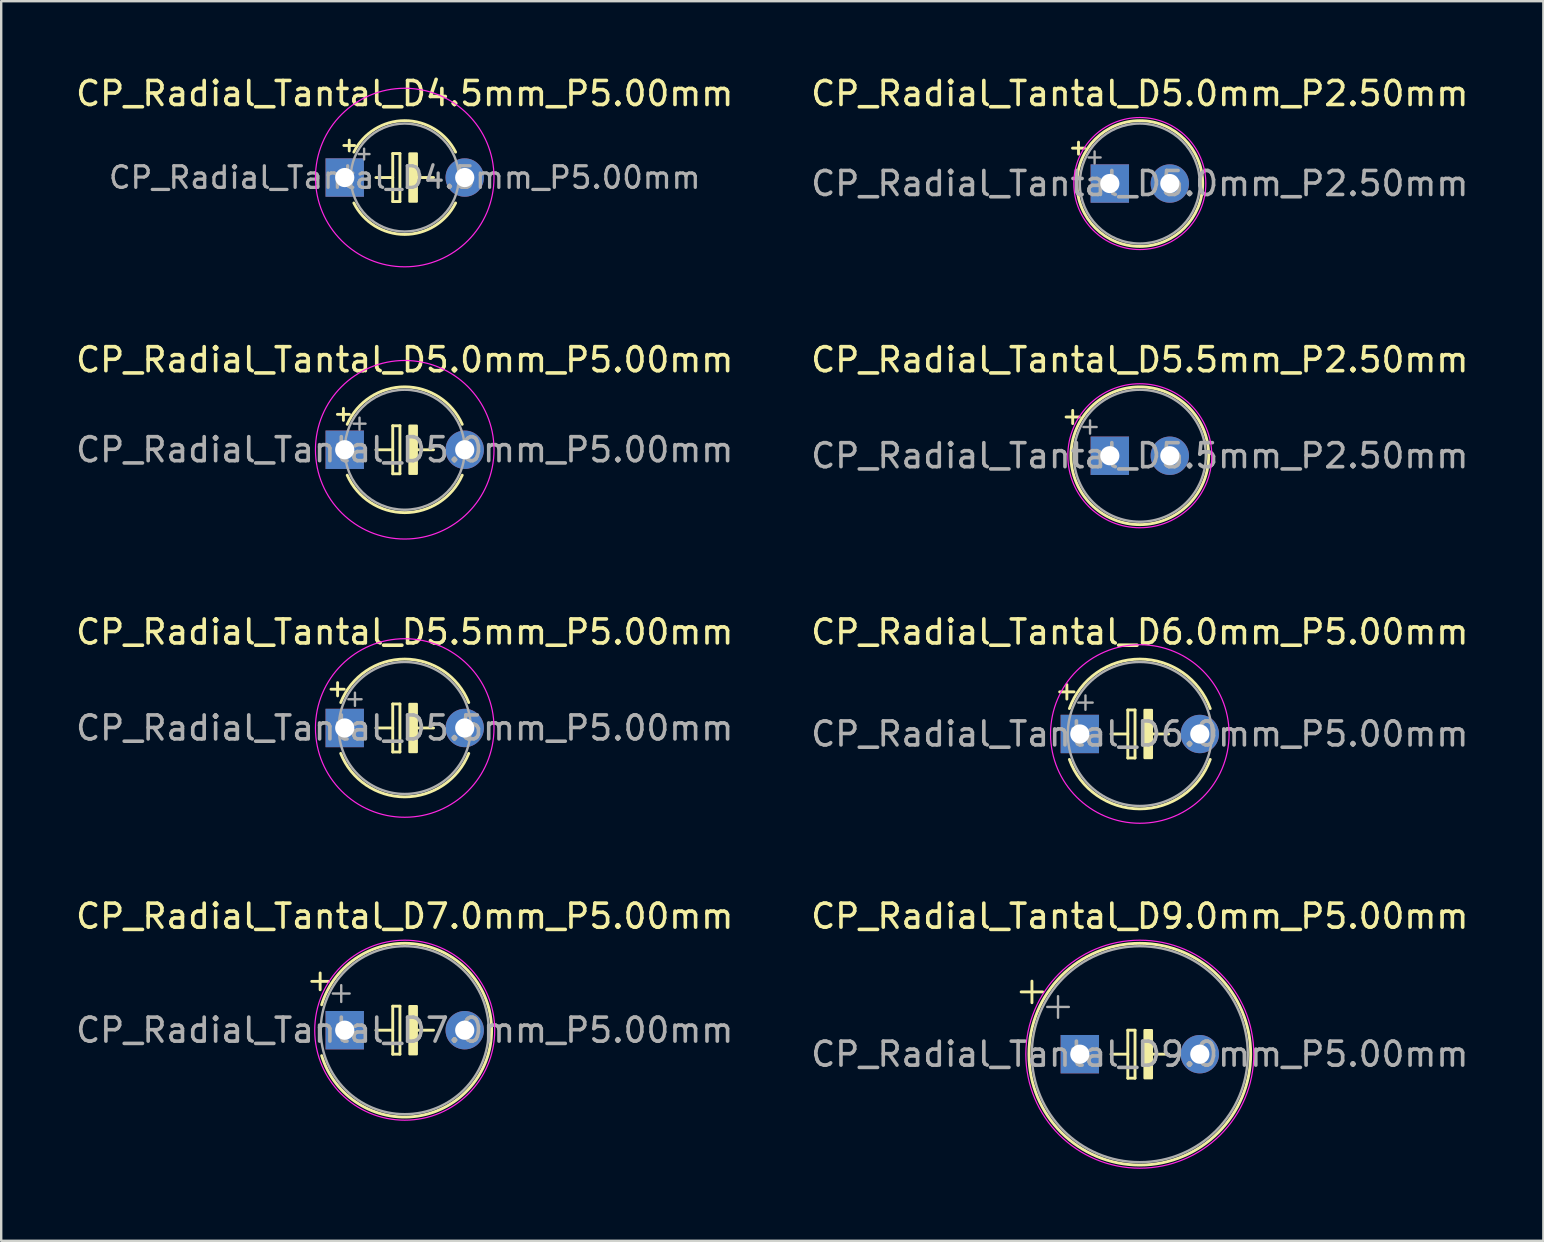
<source format=kicad_pcb>
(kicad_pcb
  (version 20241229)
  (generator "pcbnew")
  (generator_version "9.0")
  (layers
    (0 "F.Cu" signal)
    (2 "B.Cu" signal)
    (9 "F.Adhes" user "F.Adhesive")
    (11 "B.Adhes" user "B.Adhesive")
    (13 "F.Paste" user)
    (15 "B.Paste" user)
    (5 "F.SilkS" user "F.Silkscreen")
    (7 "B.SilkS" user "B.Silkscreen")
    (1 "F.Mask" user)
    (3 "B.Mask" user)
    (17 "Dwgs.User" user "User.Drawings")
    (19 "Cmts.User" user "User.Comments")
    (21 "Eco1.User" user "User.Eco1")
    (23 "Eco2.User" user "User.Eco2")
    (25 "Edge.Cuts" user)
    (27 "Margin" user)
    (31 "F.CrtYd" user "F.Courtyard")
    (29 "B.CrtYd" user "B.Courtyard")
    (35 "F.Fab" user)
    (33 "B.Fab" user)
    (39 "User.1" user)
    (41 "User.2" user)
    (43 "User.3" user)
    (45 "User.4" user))
  (footprint "CP_Radial_Tantal_D5.5mm_P2.50mm"
    (layer "F.Cu")
    (at 43.196 15.941)
    (property "Reference" "CP_Radial_Tantal_D5.5mm_P2.50mm" (at 1.25 -4 0) (layer "F.SilkS") (effects (font (size 1 1) (thickness 0.15))))
    (attr through_hole)
    (fp_line (start -1.822 -1.615) (end -1.272 -1.615) (stroke (width 0.12) (type solid)) (layer "F.SilkS"))
    (fp_line (start -1.547 -1.89) (end -1.547 -1.34) (stroke (width 0.12) (type solid)) (layer "F.SilkS"))
    (fp_circle (center 1.25 0) (end 4.12 0) (stroke (width 0.12) (type solid)) (fill no) (layer "F.SilkS"))
    (fp_circle (center 1.25 0) (end 4.25 0) (stroke (width 0.05) (type solid)) (fill no) (layer "F.CrtYd"))
    (fp_line (start -1.099 -1.198) (end -0.549 -1.198) (stroke (width 0.1) (type solid)) (layer "F.Fab"))
    (fp_line (start -0.824 -1.472) (end -0.824 -0.922) (stroke (width 0.1) (type solid)) (layer "F.Fab"))
    (fp_circle (center 1.25 0) (end 4 0) (stroke (width 0.1) (type solid)) (fill no) (layer "F.Fab"))
    (fp_text user "${REFERENCE}" (at 1.25 0 0) (layer "F.Fab") (effects (font (size 1 1) (thickness 0.15))))
    (pad "1" thru_hole rect (at 0 0) (size 1.6 1.6) (drill 0.8) (layers "*.Cu" "*.Mask"))
    (pad "2" thru_hole circle (at 2.5 0) (size 1.6 1.6) (drill 0.8) (layers "*.Cu" "*.Mask")))
  (footprint "CP_Radial_Tantal_D5.5mm_P5.00mm"
    (layer "F.Cu")
    (at 11.315 27.285)
    (property "Reference" "CP_Radial_Tantal_D5.5mm_P5.00mm" (at 2.5 -4 0) (layer "F.SilkS") (effects (font (size 1 1) (thickness 0.15))))
    (attr through_hole)
    (fp_line (start -0.572 -1.615) (end -0.022 -1.615) (stroke (width 0.12) (type solid)) (layer "F.SilkS"))
    (fp_line (start -0.297 -1.89) (end -0.297 -1.34) (stroke (width 0.12) (type solid)) (layer "F.SilkS"))
    (fp_line (start 1.3 0) (end 2 0) (stroke (width 0.12) (type solid)) (layer "F.SilkS"))
    (fp_line (start 2 -1) (end 2.3 -1) (stroke (width 0.12) (type solid)) (layer "F.SilkS"))
    (fp_line (start 2 1) (end 2 -1) (stroke (width 0.12) (type solid)) (layer "F.SilkS"))
    (fp_line (start 2.3 -1) (end 2.3 1) (stroke (width 0.12) (type solid)) (layer "F.SilkS"))
    (fp_line (start 2.3 1) (end 2 1) (stroke (width 0.12) (type solid)) (layer "F.SilkS"))
    (fp_line (start 3.7 0) (end 3 0) (stroke (width 0.12) (type solid)) (layer "F.SilkS"))
    (fp_arc (start -0.167077 -1.06) (mid 2.5 -2.87) (end 5.167077 -1.06) (stroke (width 0.12) (type solid)) (layer "F.SilkS"))
    (fp_arc (start 5.167077 1.06) (mid 2.5 2.87) (end -0.167077 1.06) (stroke (width 0.12) (type solid)) (layer "F.SilkS"))
    (fp_poly (pts (xy 3 1) (xy 2.7 1) (xy 2.7 -1) (xy 3 -1)) (stroke (width 0.1) (type solid)) (fill yes) (layer "F.SilkS"))
    (fp_circle (center 2.5 0) (end 6.22 0) (stroke (width 0.05) (type solid)) (fill no) (layer "F.CrtYd"))
    (fp_line (start 0.151 -1.198) (end 0.701 -1.198) (stroke (width 0.1) (type solid)) (layer "F.Fab"))
    (fp_line (start 0.426 -1.472) (end 0.426 -0.922) (stroke (width 0.1) (type solid)) (layer "F.Fab"))
    (fp_circle (center 2.5 0) (end 5.25 0) (stroke (width 0.1) (type solid)) (fill no) (layer "F.Fab"))
    (fp_text user "${REFERENCE}" (at 2.5 0 0) (layer "F.Fab") (effects (font (size 1 1) (thickness 0.15))))
    (pad "1" thru_hole rect (at 0 0) (size 1.6 1.6) (drill 0.8) (layers "*.Cu" "*.Mask"))
    (pad "2" thru_hole circle (at 5 0) (size 1.6 1.6) (drill 0.8) (layers "*.Cu" "*.Mask")))
  (footprint "CP_Radial_Tantal_D9.0mm_P5.00mm"
    (layer "F.Cu")
    (at 41.946 40.878)
    (property "Reference" "CP_Radial_Tantal_D9.0mm_P5.00mm" (at 2.5 -5.75 0) (layer "F.SilkS") (effects (font (size 1 1) (thickness 0.15))))
    (attr through_hole)
    (fp_line (start -2.445 -2.595) (end -1.545 -2.595) (stroke (width 0.12) (type solid)) (layer "F.SilkS"))
    (fp_line (start -1.995 -3.045) (end -1.995 -2.145) (stroke (width 0.12) (type solid)) (layer "F.SilkS"))
    (fp_line (start 1.3 0) (end 2 0) (stroke (width 0.12) (type solid)) (layer "F.SilkS"))
    (fp_line (start 2 -1) (end 2.3 -1) (stroke (width 0.12) (type solid)) (layer "F.SilkS"))
    (fp_line (start 2 1) (end 2 -1) (stroke (width 0.12) (type solid)) (layer "F.SilkS"))
    (fp_line (start 2.3 -1) (end 2.3 1) (stroke (width 0.12) (type solid)) (layer "F.SilkS"))
    (fp_line (start 2.3 1) (end 2 1) (stroke (width 0.12) (type solid)) (layer "F.SilkS"))
    (fp_line (start 3.7 0) (end 3 0) (stroke (width 0.12) (type solid)) (layer "F.SilkS"))
    (fp_circle (center 2.5 0) (end 7.12 0) (stroke (width 0.12) (type solid)) (fill no) (layer "F.SilkS"))
    (fp_poly (pts (xy 3 1) (xy 2.7 1) (xy 2.7 -1) (xy 3 -1)) (stroke (width 0.1) (type solid)) (fill yes) (layer "F.SilkS"))
    (fp_circle (center 2.5 0) (end 7.25 0) (stroke (width 0.05) (type solid)) (fill no) (layer "F.CrtYd"))
    (fp_line (start -1.358 -1.968) (end -0.458 -1.968) (stroke (width 0.1) (type solid)) (layer "F.Fab"))
    (fp_line (start -0.908 -2.417) (end -0.908 -1.518) (stroke (width 0.1) (type solid)) (layer "F.Fab"))
    (fp_circle (center 2.5 0) (end 7 0) (stroke (width 0.1) (type solid)) (fill no) (layer "F.Fab"))
    (fp_text user "${REFERENCE}" (at 2.5 0 0) (layer "F.Fab") (effects (font (size 1 1) (thickness 0.15))))
    (pad "1" thru_hole rect (at 0 0) (size 1.6 1.6) (drill 0.8) (layers "*.Cu" "*.Mask"))
    (pad "2" thru_hole circle (at 5 0) (size 1.6 1.6) (drill 0.8) (layers "*.Cu" "*.Mask")))
  (footprint "CP_Radial_Tantal_D6.0mm_P5.00mm"
    (layer "F.Cu")
    (at 41.946 27.535)
    (property "Reference" "CP_Radial_Tantal_D6.0mm_P5.00mm" (at 2.5 -4.25 0) (layer "F.SilkS") (effects (font (size 1 1) (thickness 0.15))))
    (attr through_hole)
    (fp_line (start -0.84 -1.755) (end -0.24 -1.755) (stroke (width 0.12) (type solid)) (layer "F.SilkS"))
    (fp_line (start -0.54 -2.055) (end -0.54 -1.455) (stroke (width 0.12) (type solid)) (layer "F.SilkS"))
    (fp_line (start 1.3 0) (end 2 0) (stroke (width 0.12) (type solid)) (layer "F.SilkS"))
    (fp_line (start 2 -1) (end 2.3 -1) (stroke (width 0.12) (type solid)) (layer "F.SilkS"))
    (fp_line (start 2 1) (end 2 -1) (stroke (width 0.12) (type solid)) (layer "F.SilkS"))
    (fp_line (start 2.3 -1) (end 2.3 1) (stroke (width 0.12) (type solid)) (layer "F.SilkS"))
    (fp_line (start 2.3 1) (end 2 1) (stroke (width 0.12) (type solid)) (layer "F.SilkS"))
    (fp_line (start 3.7 0) (end 3 0) (stroke (width 0.12) (type solid)) (layer "F.SilkS"))
    (fp_arc (start -0.434416 -1.06) (mid 2.5 -3.12) (end 5.434416 -1.06) (stroke (width 0.12) (type solid)) (layer "F.SilkS"))
    (fp_arc (start 5.434416 1.06) (mid 2.5 3.12) (end -0.434416 1.06) (stroke (width 0.12) (type solid)) (layer "F.SilkS"))
    (fp_poly (pts (xy 3 1) (xy 2.7 1) (xy 2.7 -1) (xy 3 -1)) (stroke (width 0.1) (type solid)) (fill yes) (layer "F.SilkS"))
    (fp_circle (center 2.5 0) (end 6.22 0) (stroke (width 0.05) (type solid)) (fill no) (layer "F.CrtYd"))
    (fp_line (start -0.065 -1.308) (end 0.535 -1.308) (stroke (width 0.1) (type solid)) (layer "F.Fab"))
    (fp_line (start 0.235 -1.607) (end 0.235 -1.008) (stroke (width 0.1) (type solid)) (layer "F.Fab"))
    (fp_circle (center 2.5 0) (end 5.5 0) (stroke (width 0.1) (type solid)) (fill no) (layer "F.Fab"))
    (fp_text user "${REFERENCE}" (at 2.5 0 0) (layer "F.Fab") (effects (font (size 1 1) (thickness 0.15))))
    (pad "1" thru_hole rect (at 0 0) (size 1.6 1.6) (drill 0.8) (layers "*.Cu" "*.Mask"))
    (pad "2" thru_hole circle (at 5 0) (size 1.6 1.6) (drill 0.8) (layers "*.Cu" "*.Mask")))
  (footprint "CP_Radial_Tantal_D5.0mm_P5.00mm"
    (layer "F.Cu")
    (at 11.315 15.691)
    (property "Reference" "CP_Radial_Tantal_D5.0mm_P5.00mm" (at 2.5 -3.75 0) (layer "F.SilkS") (effects (font (size 1 1) (thickness 0.15))))
    (attr through_hole)
    (fp_line (start -0.305 -1.475) (end 0.195 -1.475) (stroke (width 0.12) (type solid)) (layer "F.SilkS"))
    (fp_line (start -0.055 -1.725) (end -0.055 -1.225) (stroke (width 0.12) (type solid)) (layer "F.SilkS"))
    (fp_line (start 1.3 0) (end 2 0) (stroke (width 0.12) (type solid)) (layer "F.SilkS"))
    (fp_line (start 2 -1) (end 2.3 -1) (stroke (width 0.12) (type solid)) (layer "F.SilkS"))
    (fp_line (start 2 1) (end 2 -1) (stroke (width 0.12) (type solid)) (layer "F.SilkS"))
    (fp_line (start 2.3 -1) (end 2.3 1) (stroke (width 0.12) (type solid)) (layer "F.SilkS"))
    (fp_line (start 2.3 1) (end 2 1) (stroke (width 0.12) (type solid)) (layer "F.SilkS"))
    (fp_line (start 3.7 0) (end 3 0) (stroke (width 0.12) (type solid)) (layer "F.SilkS"))
    (fp_arc (start 0.104003 -1.06) (mid 2.5 -2.62) (end 4.895997 -1.06) (stroke (width 0.12) (type solid)) (layer "F.SilkS"))
    (fp_arc (start 4.895997 1.06) (mid 2.5 2.62) (end 0.104003 1.06) (stroke (width 0.12) (type solid)) (layer "F.SilkS"))
    (fp_poly (pts (xy 3 1) (xy 2.7 1) (xy 2.7 -1) (xy 3 -1)) (stroke (width 0.1) (type solid)) (fill yes) (layer "F.SilkS"))
    (fp_circle (center 2.5 0) (end 6.22 0) (stroke (width 0.05) (type solid)) (fill no) (layer "F.CrtYd"))
    (fp_line (start 0.366 -1.087) (end 0.866 -1.087) (stroke (width 0.1) (type solid)) (layer "F.Fab"))
    (fp_line (start 0.616 -1.337) (end 0.616 -0.838) (stroke (width 0.1) (type solid)) (layer "F.Fab"))
    (fp_circle (center 2.5 0) (end 5 0) (stroke (width 0.1) (type solid)) (fill no) (layer "F.Fab"))
    (fp_text user "${REFERENCE}" (at 2.5 0 0) (layer "F.Fab") (effects (font (size 1 1) (thickness 0.15))))
    (pad "1" thru_hole rect (at 0 0) (size 1.6 1.6) (drill 0.8) (layers "*.Cu" "*.Mask"))
    (pad "2" thru_hole circle (at 5 0) (size 1.6 1.6) (drill 0.8) (layers "*.Cu" "*.Mask")))
  (footprint "CP_Radial_Tantal_D4.5mm_P5.00mm"
    (layer "F.Cu")
    (at 11.315 4.348)
    (property "Reference" "CP_Radial_Tantal_D4.5mm_P5.00mm" (at 2.5 -3.5 0) (layer "F.SilkS") (effects (font (size 1 1) (thickness 0.15))))
    (attr through_hole)
    (fp_line (start -0.037 -1.335) (end 0.413 -1.335) (stroke (width 0.12) (type solid)) (layer "F.SilkS"))
    (fp_line (start 0.188 -1.56) (end 0.188 -1.11) (stroke (width 0.12) (type solid)) (layer "F.SilkS"))
    (fp_line (start 1.3 0) (end 2 0) (stroke (width 0.12) (type solid)) (layer "F.SilkS"))
    (fp_line (start 2 -1) (end 2.3 -1) (stroke (width 0.12) (type solid)) (layer "F.SilkS"))
    (fp_line (start 2 1) (end 2 -1) (stroke (width 0.12) (type solid)) (layer "F.SilkS"))
    (fp_line (start 2.3 -1) (end 2.3 1) (stroke (width 0.12) (type solid)) (layer "F.SilkS"))
    (fp_line (start 2.3 1) (end 2 1) (stroke (width 0.12) (type solid)) (layer "F.SilkS"))
    (fp_line (start 3.7 0) (end 3 0) (stroke (width 0.12) (type solid)) (layer "F.SilkS"))
    (fp_arc (start 0.380259 -1.06) (mid 2.5 -2.37) (end 4.619741 -1.06) (stroke (width 0.12) (type solid)) (layer "F.SilkS"))
    (fp_arc (start 4.619741 1.06) (mid 2.5 2.37) (end 0.380259 1.06) (stroke (width 0.12) (type solid)) (layer "F.SilkS"))
    (fp_poly (pts (xy 3 1) (xy 2.7 1) (xy 2.7 -1) (xy 3 -1)) (stroke (width 0.1) (type solid)) (fill yes) (layer "F.SilkS"))
    (fp_circle (center 2.5 0) (end 6.22 0) (stroke (width 0.05) (type solid)) (fill no) (layer "F.CrtYd"))
    (fp_line (start 0.582 -0.978) (end 1.032 -0.978) (stroke (width 0.1) (type solid)) (layer "F.Fab"))
    (fp_line (start 0.807 -1.202) (end 0.807 -0.752) (stroke (width 0.1) (type solid)) (layer "F.Fab"))
    (fp_circle (center 2.5 0) (end 4.75 0) (stroke (width 0.1) (type solid)) (fill no) (layer "F.Fab"))
    (fp_text user "${REFERENCE}" (at 2.5 0 0) (layer "F.Fab") (effects (font (size 0.9 0.9) (thickness 0.135))))
    (pad "1" thru_hole rect (at 0 0) (size 1.6 1.6) (drill 0.8) (layers "*.Cu" "*.Mask"))
    (pad "2" thru_hole circle (at 5 0) (size 1.6 1.6) (drill 0.8) (layers "*.Cu" "*.Mask")))
  (footprint "CP_Radial_Tantal_D7.0mm_P5.00mm"
    (layer "F.Cu")
    (at 11.315 39.878)
    (property "Reference" "CP_Radial_Tantal_D7.0mm_P5.00mm" (at 2.5 -4.75 0) (layer "F.SilkS") (effects (font (size 1 1) (thickness 0.15))))
    (attr through_hole)
    (fp_line (start -1.375 -2.035) (end -0.675 -2.035) (stroke (width 0.12) (type solid)) (layer "F.SilkS"))
    (fp_line (start -1.025 -2.385) (end -1.025 -1.685) (stroke (width 0.12) (type solid)) (layer "F.SilkS"))
    (fp_line (start 1.3 0) (end 2 0) (stroke (width 0.12) (type solid)) (layer "F.SilkS"))
    (fp_line (start 2 -1) (end 2.3 -1) (stroke (width 0.12) (type solid)) (layer "F.SilkS"))
    (fp_line (start 2 1) (end 2 -1) (stroke (width 0.12) (type solid)) (layer "F.SilkS"))
    (fp_line (start 2.3 -1) (end 2.3 1) (stroke (width 0.12) (type solid)) (layer "F.SilkS"))
    (fp_line (start 2.3 1) (end 2 1) (stroke (width 0.12) (type solid)) (layer "F.SilkS"))
    (fp_line (start 3.7 0) (end 3 0) (stroke (width 0.12) (type solid)) (layer "F.SilkS"))
    (fp_arc (start -0.961329 -1.06) (mid 6.12 0) (end -0.961329 1.06) (stroke (width 0.12) (type solid)) (layer "F.SilkS"))
    (fp_poly (pts (xy 3 1) (xy 2.7 1) (xy 2.7 -1) (xy 3 -1)) (stroke (width 0.1) (type solid)) (fill yes) (layer "F.SilkS"))
    (fp_circle (center 2.5 0) (end 6.25 0) (stroke (width 0.05) (type solid)) (fill no) (layer "F.CrtYd"))
    (fp_line (start -0.496 -1.528) (end 0.204 -1.528) (stroke (width 0.1) (type solid)) (layer "F.Fab"))
    (fp_line (start -0.146 -1.877) (end -0.146 -1.177) (stroke (width 0.1) (type solid)) (layer "F.Fab"))
    (fp_circle (center 2.5 0) (end 6 0) (stroke (width 0.1) (type solid)) (fill no) (layer "F.Fab"))
    (fp_text user "${REFERENCE}" (at 2.5 0 0) (layer "F.Fab") (effects (font (size 1 1) (thickness 0.15))))
    (pad "1" thru_hole rect (at 0 0) (size 1.6 1.6) (drill 0.8) (layers "*.Cu" "*.Mask"))
    (pad "2" thru_hole circle (at 5 0) (size 1.6 1.6) (drill 0.8) (layers "*.Cu" "*.Mask")))
  (footprint "CP_Radial_Tantal_D5.0mm_P2.50mm"
    (layer "F.Cu")
    (at 43.196 4.598)
    (property "Reference" "CP_Radial_Tantal_D5.0mm_P2.50mm" (at 1.25 -3.75 0) (layer "F.SilkS") (effects (font (size 1 1) (thickness 0.15))))
    (attr through_hole)
    (fp_line (start -1.555 -1.475) (end -1.055 -1.475) (stroke (width 0.12) (type solid)) (layer "F.SilkS"))
    (fp_line (start -1.305 -1.725) (end -1.305 -1.225) (stroke (width 0.12) (type solid)) (layer "F.SilkS"))
    (fp_circle (center 1.25 0) (end 3.87 0) (stroke (width 0.12) (type solid)) (fill no) (layer "F.SilkS"))
    (fp_circle (center 1.25 0) (end 4 0) (stroke (width 0.05) (type solid)) (fill no) (layer "F.CrtYd"))
    (fp_line (start -0.884 -1.087) (end -0.384 -1.087) (stroke (width 0.1) (type solid)) (layer "F.Fab"))
    (fp_line (start -0.634 -1.337) (end -0.634 -0.838) (stroke (width 0.1) (type solid)) (layer "F.Fab"))
    (fp_circle (center 1.25 0) (end 3.75 0) (stroke (width 0.1) (type solid)) (fill no) (layer "F.Fab"))
    (fp_text user "${REFERENCE}" (at 1.25 0 0) (layer "F.Fab") (effects (font (size 1 1) (thickness 0.15))))
    (pad "1" thru_hole rect (at 0 0) (size 1.6 1.6) (drill 0.8) (layers "*.Cu" "*.Mask"))
    (pad "2" thru_hole circle (at 2.5 0) (size 1.6 1.6) (drill 0.8) (layers "*.Cu" "*.Mask")))
  (gr_rect
    (start -3 -3)
    (end 61.262 48.653)
    (stroke (width 0.1) (type default))
    (fill no)
    (layer "Edge.Cuts")))
</source>
